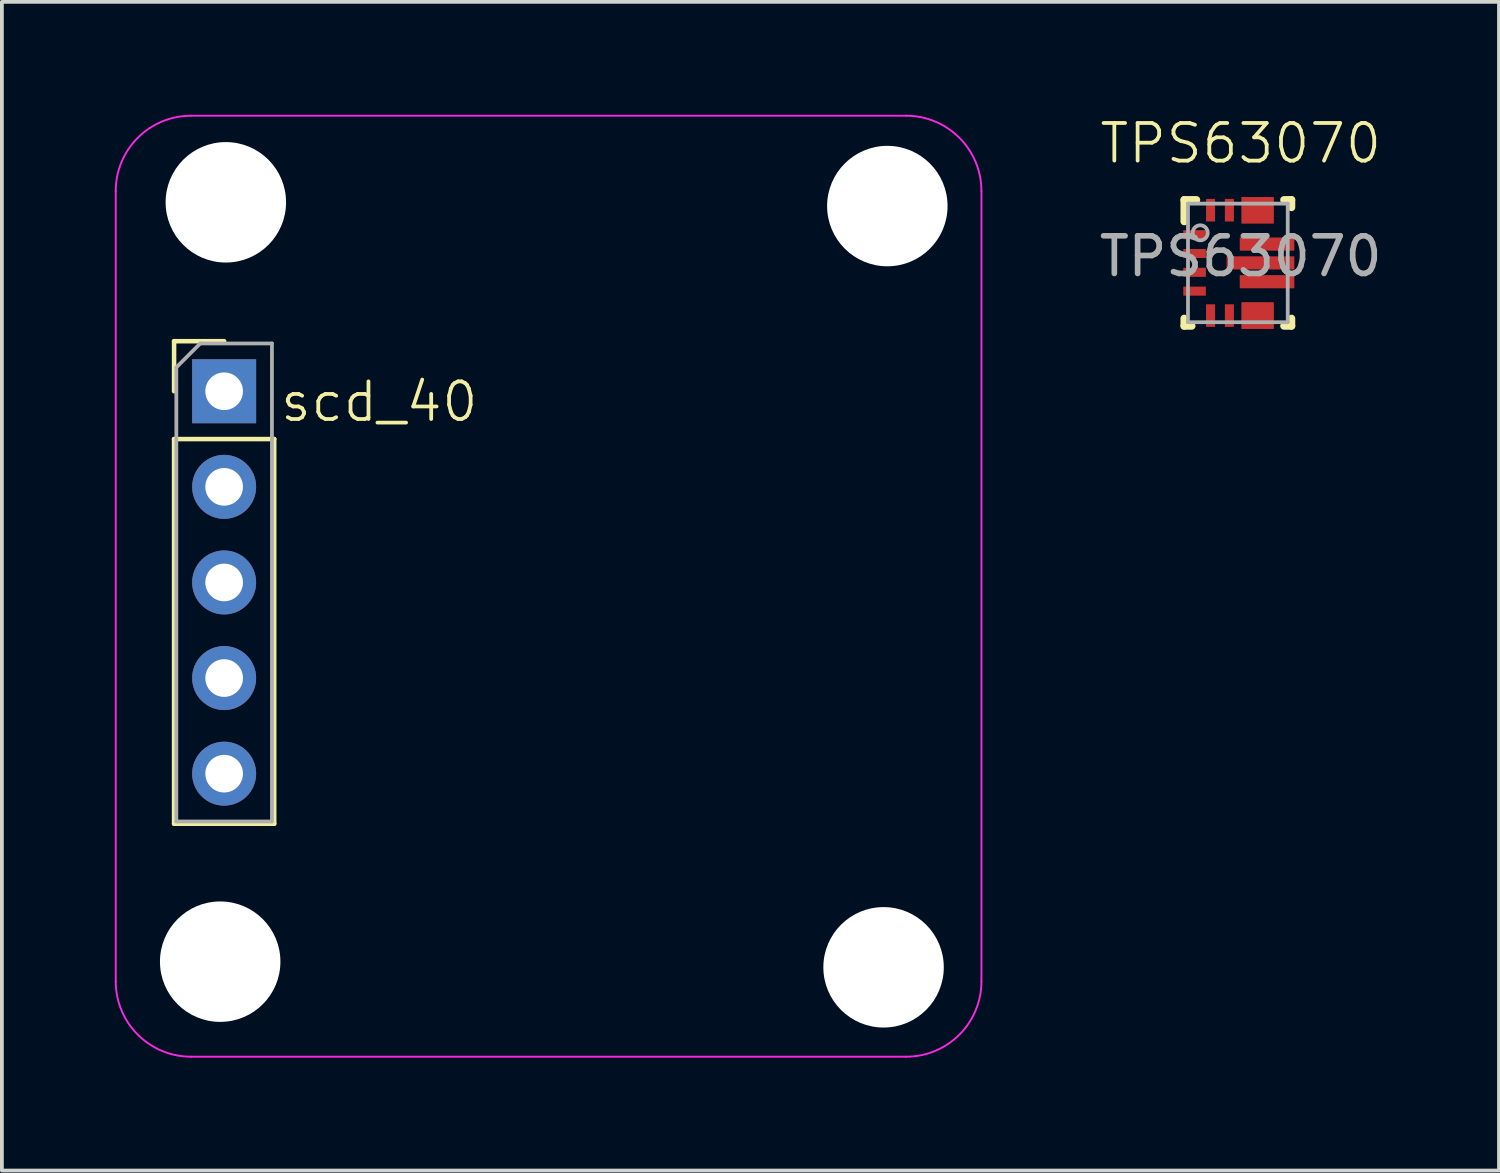
<source format=kicad_pcb>
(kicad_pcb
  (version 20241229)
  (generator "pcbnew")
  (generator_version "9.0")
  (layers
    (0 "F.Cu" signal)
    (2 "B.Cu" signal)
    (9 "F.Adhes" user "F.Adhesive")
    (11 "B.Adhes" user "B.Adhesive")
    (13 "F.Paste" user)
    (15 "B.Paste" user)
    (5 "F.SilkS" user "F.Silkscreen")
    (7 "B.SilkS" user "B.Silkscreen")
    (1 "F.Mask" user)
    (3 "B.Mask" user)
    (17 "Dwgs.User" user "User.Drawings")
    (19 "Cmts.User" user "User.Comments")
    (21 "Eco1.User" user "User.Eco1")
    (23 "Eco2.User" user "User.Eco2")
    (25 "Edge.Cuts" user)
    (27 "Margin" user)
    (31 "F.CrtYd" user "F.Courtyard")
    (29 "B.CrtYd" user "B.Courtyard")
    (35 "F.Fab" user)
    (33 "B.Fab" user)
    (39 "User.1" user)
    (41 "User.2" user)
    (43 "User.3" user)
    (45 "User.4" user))
  (footprint "TPS63070"
    (layer "F.Cu")
    (at 29.913 1.26)
    (property "Reference" "TPS63070" (at 0 -0.5 0) (unlocked yes) (layer "F.SilkS") (effects (font (size 1 1) (thickness 0.1))))
    (attr smd)
    (fp_poly (pts (xy 0.075 1.525) (xy 0.075 1.375) (xy 0.076 1.365) (xy 0.079 1.356) (xy 0.083 1.347) (xy 0.09 1.34) (xy 0.097 1.333) (xy 0.106 1.329) (xy 0.115 1.326) (xy 0.125 1.325) (xy 0.775 1.325) (xy 0.785 1.326) (xy 0.794 1.329) (xy 0.803 1.333) (xy 0.81 1.34) (xy 0.817 1.347) (xy 0.821 1.356) (xy 0.824 1.365) (xy 0.825 1.375) (xy 0.825 1.525) (xy 0.824 1.535) (xy 0.821 1.544) (xy 0.817 1.553) (xy 0.81 1.56) (xy 0.803 1.567) (xy 0.794 1.571) (xy 0.785 1.574) (xy 0.775 1.575) (xy 0.125 1.575) (xy 0.115 1.574) (xy 0.106 1.571) (xy 0.097 1.567) (xy 0.09 1.56) (xy 0.083 1.553) (xy 0.079 1.544) (xy 0.076 1.535)) (stroke (width 0) (type solid)) (fill yes) (layer "F.Mask"))
    (fp_poly (pts (xy 0.075 3.975) (xy 0.075 3.825) (xy 0.076 3.815) (xy 0.079 3.806) (xy 0.083 3.797) (xy 0.09 3.79) (xy 0.097 3.783) (xy 0.106 3.779) (xy 0.115 3.776) (xy 0.125 3.775) (xy 0.775 3.775) (xy 0.785 3.776) (xy 0.794 3.779) (xy 0.803 3.783) (xy 0.81 3.79) (xy 0.817 3.797) (xy 0.821 3.806) (xy 0.824 3.815) (xy 0.825 3.825) (xy 0.825 3.975) (xy 0.824 3.985) (xy 0.821 3.994) (xy 0.817 4.003) (xy 0.81 4.01) (xy 0.803 4.017) (xy 0.794 4.021) (xy 0.785 4.024) (xy 0.775 4.025) (xy 0.125 4.025) (xy 0.115 4.024) (xy 0.106 4.021) (xy 0.097 4.017) (xy 0.09 4.01) (xy 0.083 4.003) (xy 0.079 3.994) (xy 0.076 3.985)) (stroke (width 0) (type solid)) (fill yes) (layer "F.Mask"))
    (fp_poly (pts (xy 0.125 3.775) (xy 0.275 3.775) (xy 0.285 3.776) (xy 0.294 3.779) (xy 0.303 3.783) (xy 0.31 3.79) (xy 0.317 3.797) (xy 0.321 3.806) (xy 0.324 3.815) (xy 0.325 3.825) (xy 0.325 4.325) (xy 0.324 4.335) (xy 0.321 4.344) (xy 0.317 4.353) (xy 0.31 4.36) (xy 0.303 4.367) (xy 0.294 4.371) (xy 0.285 4.374) (xy 0.275 4.375) (xy 0.125 4.375) (xy 0.115 4.374) (xy 0.106 4.371) (xy 0.097 4.367) (xy 0.09 4.36) (xy 0.083 4.353) (xy 0.079 4.344) (xy 0.076 4.335) (xy 0.075 4.325) (xy 0.075 3.825) (xy 0.076 3.815) (xy 0.079 3.806) (xy 0.083 3.797) (xy 0.09 3.79) (xy 0.097 3.783) (xy 0.106 3.779) (xy 0.115 3.776)) (stroke (width 0) (type solid)) (fill yes) (layer "F.Mask"))
    (fp_poly (pts (xy 0.275 1.575) (xy 0.125 1.575) (xy 0.115 1.574) (xy 0.106 1.571) (xy 0.097 1.567) (xy 0.09 1.56) (xy 0.083 1.553) (xy 0.079 1.544) (xy 0.076 1.535) (xy 0.075 1.525) (xy 0.075 1.025) (xy 0.076 1.015) (xy 0.079 1.006) (xy 0.083 0.997) (xy 0.09 0.99) (xy 0.097 0.983) (xy 0.106 0.979) (xy 0.115 0.976) (xy 0.125 0.975) (xy 0.275 0.975) (xy 0.285 0.976) (xy 0.294 0.979) (xy 0.303 0.983) (xy 0.31 0.99) (xy 0.317 0.997) (xy 0.321 1.006) (xy 0.324 1.015) (xy 0.325 1.025) (xy 0.325 1.525) (xy 0.324 1.535) (xy 0.321 1.544) (xy 0.317 1.553) (xy 0.31 1.56) (xy 0.303 1.567) (xy 0.294 1.571) (xy 0.285 1.574)) (stroke (width 0) (type solid)) (fill yes) (layer "F.Mask"))
    (fp_poly (pts (xy 0.625 3.775) (xy 0.775 3.775) (xy 0.785 3.776) (xy 0.794 3.779) (xy 0.803 3.783) (xy 0.81 3.79) (xy 0.817 3.797) (xy 0.821 3.806) (xy 0.824 3.815) (xy 0.825 3.825) (xy 0.825 4.325) (xy 0.824 4.335) (xy 0.821 4.344) (xy 0.817 4.353) (xy 0.81 4.36) (xy 0.803 4.367) (xy 0.794 4.371) (xy 0.785 4.374) (xy 0.775 4.375) (xy 0.625 4.375) (xy 0.615 4.374) (xy 0.606 4.371) (xy 0.597 4.367) (xy 0.59 4.36) (xy 0.583 4.353) (xy 0.579 4.344) (xy 0.576 4.335) (xy 0.575 4.325) (xy 0.575 3.825) (xy 0.576 3.815) (xy 0.579 3.806) (xy 0.583 3.797) (xy 0.59 3.79) (xy 0.597 3.783) (xy 0.606 3.779) (xy 0.615 3.776)) (stroke (width 0) (type solid)) (fill yes) (layer "F.Mask"))
    (fp_poly (pts (xy 0.775 1.575) (xy 0.625 1.575) (xy 0.615 1.574) (xy 0.606 1.571) (xy 0.597 1.567) (xy 0.59 1.56) (xy 0.583 1.553) (xy 0.579 1.544) (xy 0.576 1.535) (xy 0.575 1.525) (xy 0.575 1.025) (xy 0.576 1.015) (xy 0.579 1.006) (xy 0.583 0.997) (xy 0.59 0.99) (xy 0.597 0.983) (xy 0.606 0.979) (xy 0.615 0.976) (xy 0.625 0.975) (xy 0.775 0.975) (xy 0.785 0.976) (xy 0.794 0.979) (xy 0.803 0.983) (xy 0.81 0.99) (xy 0.817 0.997) (xy 0.821 1.006) (xy 0.824 1.015) (xy 0.825 1.025) (xy 0.825 1.525) (xy 0.824 1.535) (xy 0.821 1.544) (xy 0.817 1.553) (xy 0.81 1.56) (xy 0.803 1.567) (xy 0.794 1.571) (xy 0.785 1.574)) (stroke (width 0) (type solid)) (fill yes) (layer "F.Mask"))
    (fp_line (start -1.5 1) (end -1.175 1) (stroke (width 0.2) (type solid)) (layer "F.SilkS"))
    (fp_line (start -1.5 1.575) (end -1.5 1) (stroke (width 0.2) (type solid)) (layer "F.SilkS"))
    (fp_line (start -1.5 4.35) (end -1.5 4.15) (stroke (width 0.2) (type solid)) (layer "F.SilkS"))
    (fp_line (start -1.5 4.35) (end -1.3 4.35) (stroke (width 0.2) (type solid)) (layer "F.SilkS"))
    (fp_line (start 1.15 1) (end 1.35 1) (stroke (width 0.2) (type solid)) (layer "F.SilkS"))
    (fp_line (start 1.15 4.35) (end 1.35 4.35) (stroke (width 0.2) (type solid)) (layer "F.SilkS"))
    (fp_line (start 1.35 1.2) (end 1.35 1) (stroke (width 0.2) (type solid)) (layer "F.SilkS"))
    (fp_line (start 1.35 4.35) (end 1.35 4.15) (stroke (width 0.2) (type solid)) (layer "F.SilkS"))
    (fp_poly (pts (xy -0.295 2.75) (xy -0.295 2.6) (xy -0.294 2.59) (xy -0.291 2.581) (xy -0.287 2.572) (xy -0.28 2.565) (xy -0.273 2.558) (xy -0.264 2.554) (xy -0.255 2.551) (xy -0.245 2.55) (xy 0.375 2.55) (xy 0.385 2.551) (xy 0.394 2.554) (xy 0.403 2.558) (xy 0.41 2.565) (xy 0.417 2.572) (xy 0.421 2.581) (xy 0.424 2.59) (xy 0.425 2.6) (xy 0.425 2.75) (xy 0.424 2.76) (xy 0.421 2.769) (xy 0.417 2.778) (xy 0.41 2.785) (xy 0.403 2.792) (xy 0.394 2.796) (xy 0.385 2.799) (xy 0.375 2.8) (xy -0.245 2.8) (xy -0.255 2.799) (xy -0.264 2.796) (xy -0.273 2.792) (xy -0.28 2.785) (xy -0.287 2.778) (xy -0.291 2.769) (xy -0.294 2.76)) (stroke (width 0) (type solid)) (fill yes) (layer "F.Paste"))
    (fp_poly (pts (xy 0.026 2.25) (xy 0.026 2.1) (xy 0.026 2.09) (xy 0.029 2.081) (xy 0.034 2.072) (xy 0.04 2.065) (xy 0.048 2.058) (xy 0.056 2.054) (xy 0.066 2.051) (xy 0.076 2.05) (xy 0.551 2.05) (xy 0.56 2.051) (xy 0.57 2.054) (xy 0.578 2.058) (xy 0.586 2.065) (xy 0.592 2.072) (xy 0.597 2.081) (xy 0.6 2.09) (xy 0.601 2.1) (xy 0.601 2.25) (xy 0.6 2.26) (xy 0.597 2.269) (xy 0.592 2.278) (xy 0.586 2.285) (xy 0.578 2.292) (xy 0.57 2.296) (xy 0.56 2.299) (xy 0.551 2.3) (xy 0.076 2.3) (xy 0.066 2.299) (xy 0.056 2.296) (xy 0.048 2.292) (xy 0.04 2.285) (xy 0.034 2.278) (xy 0.029 2.269) (xy 0.026 2.26)) (stroke (width 0) (type solid)) (fill yes) (layer "F.Paste"))
    (fp_poly (pts (xy 0.026 3.25) (xy 0.026 3.1) (xy 0.026 3.09) (xy 0.029 3.081) (xy 0.034 3.072) (xy 0.04 3.065) (xy 0.048 3.058) (xy 0.056 3.054) (xy 0.066 3.051) (xy 0.076 3.05) (xy 0.551 3.05) (xy 0.56 3.051) (xy 0.57 3.054) (xy 0.578 3.058) (xy 0.586 3.065) (xy 0.592 3.072) (xy 0.597 3.081) (xy 0.6 3.09) (xy 0.601 3.1) (xy 0.601 3.25) (xy 0.6 3.26) (xy 0.597 3.269) (xy 0.592 3.278) (xy 0.586 3.285) (xy 0.578 3.292) (xy 0.57 3.296) (xy 0.56 3.299) (xy 0.551 3.3) (xy 0.076 3.3) (xy 0.066 3.299) (xy 0.056 3.296) (xy 0.048 3.292) (xy 0.04 3.285) (xy 0.034 3.278) (xy 0.029 3.269) (xy 0.026 3.26)) (stroke (width 0) (type solid)) (fill yes) (layer "F.Paste"))
    (fp_poly (pts (xy 0.075 1.525) (xy 0.075 1.375) (xy 0.076 1.365) (xy 0.079 1.356) (xy 0.083 1.347) (xy 0.09 1.34) (xy 0.097 1.333) (xy 0.106 1.329) (xy 0.115 1.326) (xy 0.125 1.325) (xy 0.775 1.325) (xy 0.785 1.326) (xy 0.794 1.329) (xy 0.803 1.333) (xy 0.81 1.34) (xy 0.817 1.347) (xy 0.821 1.356) (xy 0.824 1.365) (xy 0.825 1.375) (xy 0.825 1.525) (xy 0.824 1.535) (xy 0.821 1.544) (xy 0.817 1.553) (xy 0.81 1.56) (xy 0.803 1.567) (xy 0.794 1.571) (xy 0.785 1.574) (xy 0.775 1.575) (xy 0.125 1.575) (xy 0.115 1.574) (xy 0.106 1.571) (xy 0.097 1.567) (xy 0.09 1.56) (xy 0.083 1.553) (xy 0.079 1.544) (xy 0.076 1.535)) (stroke (width 0) (type solid)) (fill yes) (layer "F.Paste"))
    (fp_poly (pts (xy 0.075 3.975) (xy 0.075 3.825) (xy 0.076 3.815) (xy 0.079 3.806) (xy 0.083 3.797) (xy 0.09 3.79) (xy 0.097 3.783) (xy 0.106 3.779) (xy 0.115 3.776) (xy 0.125 3.775) (xy 0.775 3.775) (xy 0.785 3.776) (xy 0.794 3.779) (xy 0.803 3.783) (xy 0.81 3.79) (xy 0.817 3.797) (xy 0.821 3.806) (xy 0.824 3.815) (xy 0.825 3.825) (xy 0.825 3.975) (xy 0.824 3.985) (xy 0.821 3.994) (xy 0.817 4.003) (xy 0.81 4.01) (xy 0.803 4.017) (xy 0.794 4.021) (xy 0.785 4.024) (xy 0.775 4.025) (xy 0.125 4.025) (xy 0.115 4.024) (xy 0.106 4.021) (xy 0.097 4.017) (xy 0.09 4.01) (xy 0.083 4.003) (xy 0.079 3.994) (xy 0.076 3.985)) (stroke (width 0) (type solid)) (fill yes) (layer "F.Paste"))
    (fp_poly (pts (xy 0.125 3.775) (xy 0.275 3.775) (xy 0.285 3.776) (xy 0.294 3.779) (xy 0.303 3.783) (xy 0.31 3.79) (xy 0.317 3.797) (xy 0.321 3.806) (xy 0.324 3.815) (xy 0.325 3.825) (xy 0.325 4.325) (xy 0.324 4.335) (xy 0.321 4.344) (xy 0.317 4.353) (xy 0.31 4.36) (xy 0.303 4.367) (xy 0.294 4.371) (xy 0.285 4.374) (xy 0.275 4.375) (xy 0.125 4.375) (xy 0.115 4.374) (xy 0.106 4.371) (xy 0.097 4.367) (xy 0.09 4.36) (xy 0.083 4.353) (xy 0.079 4.344) (xy 0.076 4.335) (xy 0.075 4.325) (xy 0.075 3.825) (xy 0.076 3.815) (xy 0.079 3.806) (xy 0.083 3.797) (xy 0.09 3.79) (xy 0.097 3.783) (xy 0.106 3.779) (xy 0.115 3.776)) (stroke (width 0) (type solid)) (fill yes) (layer "F.Paste"))
    (fp_poly (pts (xy 0.275 1.575) (xy 0.125 1.575) (xy 0.115 1.574) (xy 0.106 1.571) (xy 0.097 1.567) (xy 0.09 1.56) (xy 0.083 1.553) (xy 0.079 1.544) (xy 0.076 1.535) (xy 0.075 1.525) (xy 0.075 1.025) (xy 0.076 1.015) (xy 0.079 1.006) (xy 0.083 0.997) (xy 0.09 0.99) (xy 0.097 0.983) (xy 0.106 0.979) (xy 0.115 0.976) (xy 0.125 0.975) (xy 0.275 0.975) (xy 0.285 0.976) (xy 0.294 0.979) (xy 0.303 0.983) (xy 0.31 0.99) (xy 0.317 0.997) (xy 0.321 1.006) (xy 0.324 1.015) (xy 0.325 1.025) (xy 0.325 1.525) (xy 0.324 1.535) (xy 0.321 1.544) (xy 0.317 1.553) (xy 0.31 1.56) (xy 0.303 1.567) (xy 0.294 1.571) (xy 0.285 1.574)) (stroke (width 0) (type solid)) (fill yes) (layer "F.Paste"))
    (fp_poly (pts (xy 0.625 2.75) (xy 0.625 2.6) (xy 0.626 2.59) (xy 0.629 2.581) (xy 0.633 2.572) (xy 0.64 2.565) (xy 0.647 2.558) (xy 0.656 2.554) (xy 0.665 2.551) (xy 0.675 2.55) (xy 1.295 2.55) (xy 1.305 2.551) (xy 1.314 2.554) (xy 1.323 2.558) (xy 1.33 2.565) (xy 1.337 2.572) (xy 1.341 2.581) (xy 1.344 2.59) (xy 1.345 2.6) (xy 1.345 2.75) (xy 1.344 2.76) (xy 1.341 2.769) (xy 1.337 2.778) (xy 1.33 2.785) (xy 1.323 2.792) (xy 1.314 2.796) (xy 1.305 2.799) (xy 1.295 2.8) (xy 0.675 2.8) (xy 0.665 2.799) (xy 0.656 2.796) (xy 0.647 2.792) (xy 0.64 2.785) (xy 0.633 2.778) (xy 0.629 2.769) (xy 0.626 2.76)) (stroke (width 0) (type solid)) (fill yes) (layer "F.Paste"))
    (fp_poly (pts (xy 0.625 3.775) (xy 0.775 3.775) (xy 0.785 3.776) (xy 0.794 3.779) (xy 0.803 3.783) (xy 0.81 3.79) (xy 0.817 3.797) (xy 0.821 3.806) (xy 0.824 3.815) (xy 0.825 3.825) (xy 0.825 4.325) (xy 0.824 4.335) (xy 0.821 4.344) (xy 0.817 4.353) (xy 0.81 4.36) (xy 0.803 4.367) (xy 0.794 4.371) (xy 0.785 4.374) (xy 0.775 4.375) (xy 0.625 4.375) (xy 0.615 4.374) (xy 0.606 4.371) (xy 0.597 4.367) (xy 0.59 4.36) (xy 0.583 4.353) (xy 0.579 4.344) (xy 0.576 4.335) (xy 0.575 4.325) (xy 0.575 3.825) (xy 0.576 3.815) (xy 0.579 3.806) (xy 0.583 3.797) (xy 0.59 3.79) (xy 0.597 3.783) (xy 0.606 3.779) (xy 0.615 3.776)) (stroke (width 0) (type solid)) (fill yes) (layer "F.Paste"))
    (fp_poly (pts (xy 0.775 1.575) (xy 0.625 1.575) (xy 0.615 1.574) (xy 0.606 1.571) (xy 0.597 1.567) (xy 0.59 1.56) (xy 0.583 1.553) (xy 0.579 1.544) (xy 0.576 1.535) (xy 0.575 1.525) (xy 0.575 1.025) (xy 0.576 1.015) (xy 0.579 1.006) (xy 0.583 0.997) (xy 0.59 0.99) (xy 0.597 0.983) (xy 0.606 0.979) (xy 0.615 0.976) (xy 0.625 0.975) (xy 0.775 0.975) (xy 0.785 0.976) (xy 0.794 0.979) (xy 0.803 0.983) (xy 0.81 0.99) (xy 0.817 0.997) (xy 0.821 1.006) (xy 0.824 1.015) (xy 0.825 1.025) (xy 0.825 1.525) (xy 0.824 1.535) (xy 0.821 1.544) (xy 0.817 1.553) (xy 0.81 1.56) (xy 0.803 1.567) (xy 0.794 1.571) (xy 0.785 1.574)) (stroke (width 0) (type solid)) (fill yes) (layer "F.Paste"))
    (fp_poly (pts (xy 0.801 2.25) (xy 0.801 2.1) (xy 0.801 2.09) (xy 0.804 2.081) (xy 0.809 2.072) (xy 0.815 2.065) (xy 0.823 2.058) (xy 0.831 2.054) (xy 0.841 2.051) (xy 0.851 2.05) (xy 1.326 2.05) (xy 1.335 2.051) (xy 1.345 2.054) (xy 1.353 2.058) (xy 1.361 2.065) (xy 1.367 2.072) (xy 1.372 2.081) (xy 1.375 2.09) (xy 1.376 2.1) (xy 1.376 2.25) (xy 1.375 2.26) (xy 1.372 2.269) (xy 1.367 2.278) (xy 1.361 2.285) (xy 1.353 2.292) (xy 1.345 2.296) (xy 1.335 2.299) (xy 1.326 2.3) (xy 0.851 2.3) (xy 0.841 2.299) (xy 0.831 2.296) (xy 0.823 2.292) (xy 0.815 2.285) (xy 0.809 2.278) (xy 0.804 2.269) (xy 0.801 2.26)) (stroke (width 0) (type solid)) (fill yes) (layer "F.Paste"))
    (fp_poly (pts (xy 0.801 3.25) (xy 0.801 3.1) (xy 0.801 3.09) (xy 0.804 3.081) (xy 0.809 3.072) (xy 0.815 3.065) (xy 0.823 3.058) (xy 0.831 3.054) (xy 0.841 3.051) (xy 0.851 3.05) (xy 1.326 3.05) (xy 1.335 3.051) (xy 1.345 3.054) (xy 1.353 3.058) (xy 1.361 3.065) (xy 1.367 3.072) (xy 1.372 3.081) (xy 1.375 3.09) (xy 1.376 3.1) (xy 1.376 3.25) (xy 1.375 3.26) (xy 1.372 3.269) (xy 1.367 3.278) (xy 1.361 3.285) (xy 1.353 3.292) (xy 1.345 3.296) (xy 1.335 3.299) (xy 1.326 3.3) (xy 0.851 3.3) (xy 0.841 3.299) (xy 0.831 3.296) (xy 0.823 3.292) (xy 0.815 3.285) (xy 0.809 3.278) (xy 0.804 3.269) (xy 0.801 3.26)) (stroke (width 0) (type solid)) (fill yes) (layer "F.Paste"))
    (fp_line (start -1.4 1.1) (end 1.25 1.1) (stroke (width 0.1) (type solid)) (layer "F.Fab"))
    (fp_line (start -1.4 4.25) (end -1.4 1.1) (stroke (width 0.1) (type solid)) (layer "F.Fab"))
    (fp_line (start -1.4 4.25) (end 1.25 4.25) (stroke (width 0.1) (type solid)) (layer "F.Fab"))
    (fp_line (start 1.25 4.25) (end 1.25 1.1) (stroke (width 0.1) (type solid)) (layer "F.Fab"))
    (fp_circle (center -1.075 1.875) (end -0.875 1.875) (stroke (width 0.1) (type solid)) (fill no) (layer "F.Fab"))
    (fp_text user "${REFERENCE}" (at 0 2.5 0) (unlocked yes) (layer "F.Fab") (effects (font (size 1 1) (thickness 0.15))))
    (pad "1" smd rect (at -1.225 1.925 90) (size 0.24 0.6) (layers "F.Cu" "F.Mask" "F.Paste"))
    (pad "2" smd rect (at -1.225 2.425 90) (size 0.24 0.6) (layers "F.Cu" "F.Mask" "F.Paste"))
    (pad "3" smd rect (at -1.225 2.925 90) (size 0.24 0.6) (layers "F.Cu" "F.Mask" "F.Paste"))
    (pad "4" smd rect (at -1.225 3.425 90) (size 0.24 0.6) (layers "F.Cu" "F.Mask" "F.Paste"))
    (pad "5" smd rect (at -0.8 4.075) (size 0.24 0.6) (layers "F.Cu" "F.Mask" "F.Paste"))
    (pad "6" smd rect (at -0.3 4.075) (size 0.24 0.6) (layers "F.Cu" "F.Mask" "F.Paste"))
    (pad "7" smd rect (at 0.45 4.075 90) (size 0.7 0.85) (layers "F.Cu" "F.Mask" "F.Paste"))
    (pad "8" smd rect (at 0.45 4.075 90) (size 0.7 0.85) (layers "F.Cu" "F.Mask" "F.Paste"))
    (pad "9" smd rect (at 0.7 3.175 90) (size 0.35 1.45) (layers "F.Cu" "F.Mask"))
    (pad "10" smd rect (at 0.525 2.675 90) (size 0.35 1.8) (layers "F.Cu" "F.Mask"))
    (pad "11" smd rect (at 0.7 2.175 90) (size 0.35 1.45) (layers "F.Cu" "F.Mask"))
    (pad "12" smd rect (at 0.45 1.275 90) (size 0.7 0.85) (layers "F.Cu" "F.Mask" "F.Paste"))
    (pad "13" smd rect (at 0.45 1.275 90) (size 0.7 0.85) (layers "F.Cu" "F.Mask" "F.Paste"))
    (pad "14" smd rect (at -0.3 1.275) (size 0.24 0.6) (layers "F.Cu" "F.Mask" "F.Paste"))
    (pad "15" smd rect (at -0.8 1.275) (size 0.24 0.6) (layers "F.Cu" "F.Mask" "F.Paste")))
  (footprint "scd_40"
    (layer "F.Cu")
    (at 2.825 5.225)
    (property "Reference" "scd_40" (at 4.2 2.4 0) (unlocked yes) (layer "F.SilkS") (effects (font (size 1 1) (thickness 0.1))))
    (attr through_hole)
    (fp_line (start -1.25 0.79) (end 0.08 0.79) (stroke (width 0.12) (type solid)) (layer "F.SilkS"))
    (fp_line (start -1.25 2.12) (end -1.25 0.79) (stroke (width 0.12) (type solid)) (layer "F.SilkS"))
    (fp_line (start -1.25 3.39) (end -1.25 13.61) (stroke (width 0.12) (type solid)) (layer "F.SilkS"))
    (fp_line (start -1.25 3.39) (end 1.41 3.39) (stroke (width 0.12) (type solid)) (layer "F.SilkS"))
    (fp_line (start -1.25 13.61) (end 1.41 13.61) (stroke (width 0.12) (type solid)) (layer "F.SilkS"))
    (fp_line (start 1.41 3.39) (end 1.41 13.61) (stroke (width 0.12) (type solid)) (layer "F.SilkS"))
    (fp_line (start -2.8 17.8) (end -2.8 -3.2) (stroke (width 0.05) (type default)) (layer "F.CrtYd"))
    (fp_line (start -0.8 -5.2) (end 18.2 -5.2) (stroke (width 0.05) (type default)) (layer "F.CrtYd"))
    (fp_line (start 18.2 19.8) (end -0.8 19.8) (stroke (width 0.05) (type default)) (layer "F.CrtYd"))
    (fp_line (start 20.2 -3.2) (end 20.2 17.8) (stroke (width 0.05) (type default)) (layer "F.CrtYd"))
    (fp_arc (start -2.8 -3.2) (mid -2.214214 -4.614214) (end -0.8 -5.2) (stroke (width 0.05) (type default)) (layer "F.CrtYd"))
    (fp_arc (start -0.8 19.8) (mid -2.214214 19.214214) (end -2.8 17.8) (stroke (width 0.05) (type default)) (layer "F.CrtYd"))
    (fp_arc (start 18.2 -5.2) (mid 19.614214 -4.614214) (end 20.2 -3.2) (stroke (width 0.05) (type default)) (layer "F.CrtYd"))
    (fp_arc (start 20.2 17.8) (mid 19.614214 19.214214) (end 18.2 19.8) (stroke (width 0.05) (type default)) (layer "F.CrtYd"))
    (fp_line (start -1.19 1.485) (end -0.555 0.85) (stroke (width 0.1) (type solid)) (layer "F.Fab"))
    (fp_line (start -1.19 13.55) (end -1.19 1.485) (stroke (width 0.1) (type solid)) (layer "F.Fab"))
    (fp_line (start -0.555 0.85) (end 1.35 0.85) (stroke (width 0.1) (type solid)) (layer "F.Fab"))
    (fp_line (start 1.35 0.85) (end 1.35 13.55) (stroke (width 0.1) (type solid)) (layer "F.Fab"))
    (fp_line (start 1.35 13.55) (end -1.19 13.55) (stroke (width 0.1) (type solid)) (layer "F.Fab"))
    (pad "" np_thru_hole circle (at -0.025 17.275) (size 3.2 3.2) (drill 3.2) (layers "*.Cu" "*.Mask"))
    (pad "" np_thru_hole circle (at 0.125 -2.9) (size 3.2 3.2) (drill 3.2) (layers "*.Cu" "*.Mask"))
    (pad "" np_thru_hole circle (at 17.6 17.425) (size 3.2 3.2) (drill 3.2) (layers "*.Cu" "*.Mask"))
    (pad "" np_thru_hole circle (at 17.7 -2.8) (size 3.2 3.2) (drill 3.2) (layers "*.Cu" "*.Mask"))
    (pad "1" thru_hole rect (at 0.08 2.12) (size 1.7 1.7) (drill 1) (layers "*.Cu" "*.Mask"))
    (pad "2" thru_hole oval (at 0.08 4.66) (size 1.7 1.7) (drill 1) (layers "*.Cu" "*.Mask"))
    (pad "3" thru_hole oval (at 0.08 7.2) (size 1.7 1.7) (drill 1) (layers "*.Cu" "*.Mask"))
    (pad "4" thru_hole oval (at 0.08 9.74) (size 1.7 1.7) (drill 1) (layers "*.Cu" "*.Mask"))
    (pad "5" thru_hole oval (at 0.08 12.28) (size 1.7 1.7) (drill 1) (layers "*.Cu" "*.Mask")))
  (gr_rect
    (start -3 -3)
    (end 36.776 28.05)
    (stroke (width 0.1) (type default))
    (fill no)
    (layer "Edge.Cuts")))
</source>
